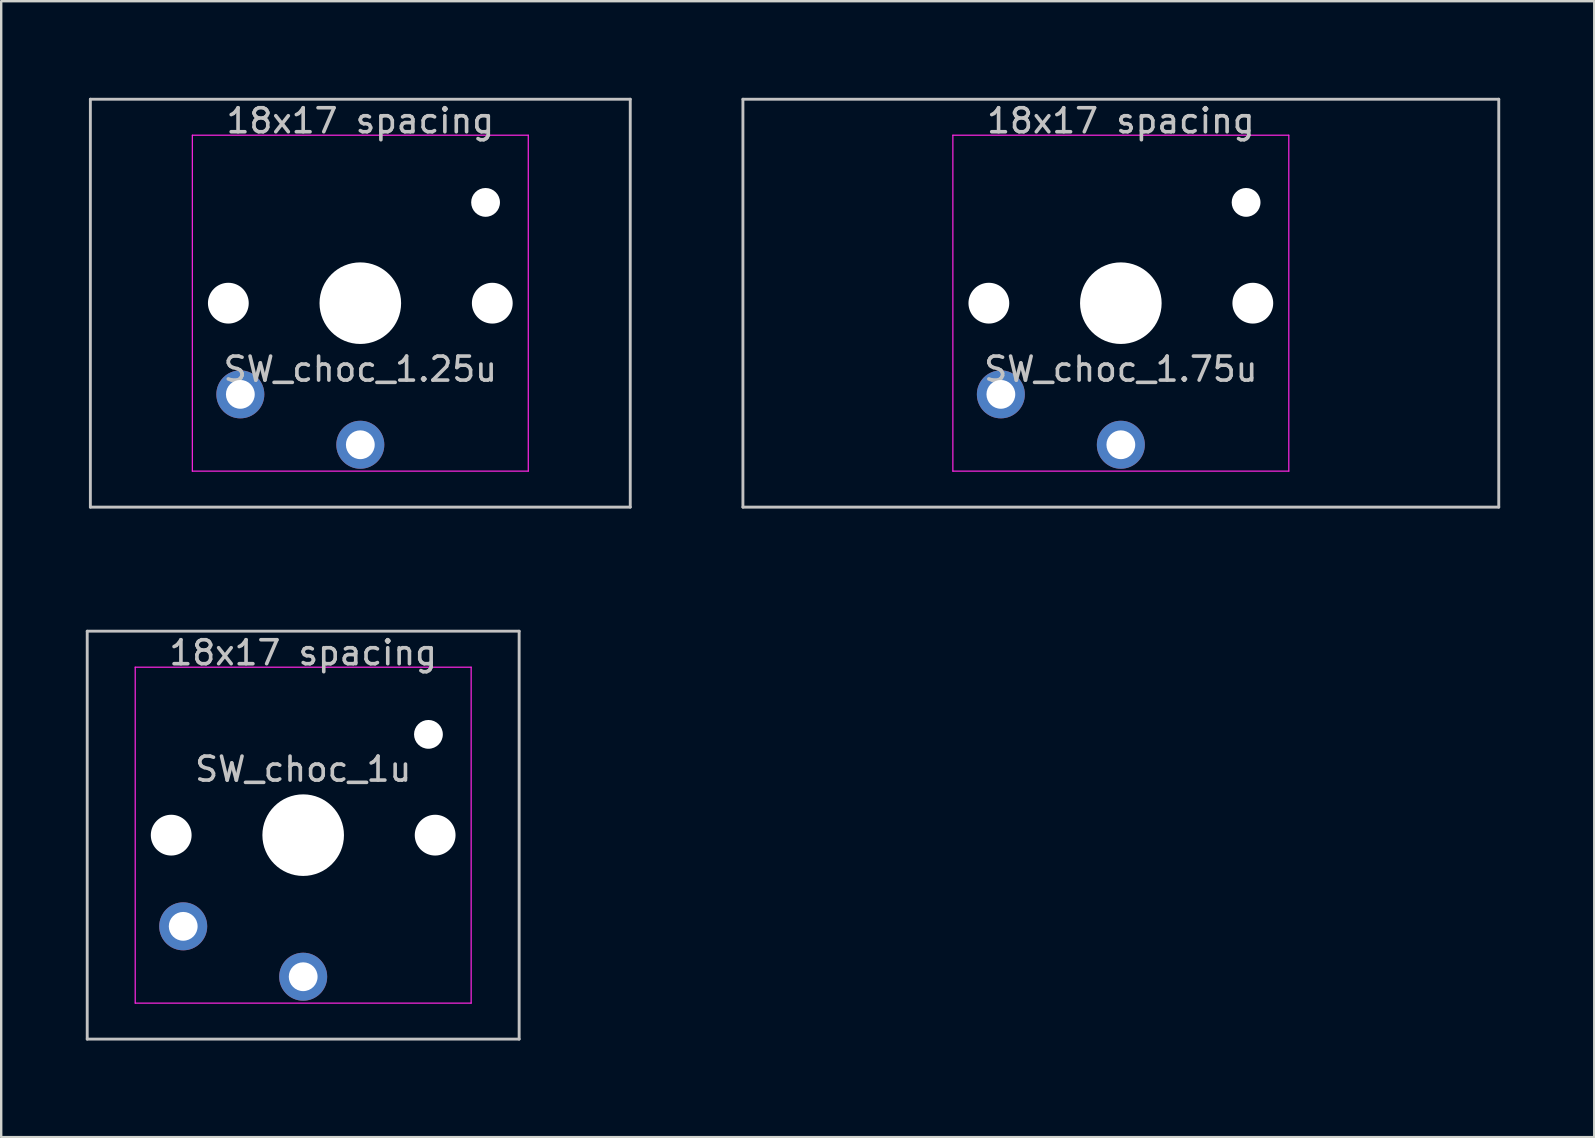
<source format=kicad_pcb>
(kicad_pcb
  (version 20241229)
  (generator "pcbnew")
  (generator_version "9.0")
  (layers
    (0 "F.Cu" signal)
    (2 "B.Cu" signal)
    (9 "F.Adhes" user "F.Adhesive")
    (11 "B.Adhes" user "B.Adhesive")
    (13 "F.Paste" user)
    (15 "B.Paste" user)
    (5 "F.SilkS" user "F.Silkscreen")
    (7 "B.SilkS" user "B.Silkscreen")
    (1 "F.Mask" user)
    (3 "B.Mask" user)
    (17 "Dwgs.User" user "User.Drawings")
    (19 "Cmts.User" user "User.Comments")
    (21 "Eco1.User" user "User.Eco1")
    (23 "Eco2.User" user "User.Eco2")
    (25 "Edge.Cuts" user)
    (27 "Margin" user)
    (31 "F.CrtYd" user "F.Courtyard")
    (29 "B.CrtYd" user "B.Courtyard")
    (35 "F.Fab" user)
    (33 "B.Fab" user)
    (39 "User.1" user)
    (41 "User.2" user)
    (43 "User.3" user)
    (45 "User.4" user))
  (footprint "SW_choc_1.75u"
    (layer "F.Cu")
    (at 43.661 9.585)
    (property "Reference" "SW_choc_1.75u" (at 0 2.75 0) (layer "Dwgs.User") (effects (font (size 1 1) (thickness 0.15))))
    (attr through_hole exclude_from_pos_files exclude_from_bom)
    (fp_line (start -15.75 -8.5) (end 15.75 -8.5) (stroke (width 0.12) (type solid)) (layer "Dwgs.User"))
    (fp_line (start -15.75 8.5) (end -15.75 -8.5) (stroke (width 0.12) (type solid)) (layer "Dwgs.User"))
    (fp_line (start 15.75 -8.5) (end 15.75 8.5) (stroke (width 0.12) (type solid)) (layer "Dwgs.User"))
    (fp_line (start 15.75 8.5) (end -15.75 8.5) (stroke (width 0.12) (type solid)) (layer "Dwgs.User"))
    (fp_line (start -16.669 -9.525) (end -16.669 9.525) (stroke (width 0.12) (type solid)) (layer "Eco1.User"))
    (fp_line (start -16.669 9.525) (end 16.669 9.525) (stroke (width 0.12) (type solid)) (layer "Eco1.User"))
    (fp_line (start 16.669 -9.525) (end -16.669 -9.525) (stroke (width 0.12) (type solid)) (layer "Eco1.User"))
    (fp_line (start 16.669 9.525) (end 16.669 -9.525) (stroke (width 0.12) (type solid)) (layer "Eco1.User"))
    (fp_line (start -6.95 6.45) (end -6.95 -6.45) (stroke (width 0.05) (type solid)) (layer "Eco2.User"))
    (fp_line (start -6.45 -6.95) (end 6.45 -6.95) (stroke (width 0.05) (type solid)) (layer "Eco2.User"))
    (fp_line (start 6.45 6.95) (end -6.45 6.95) (stroke (width 0.05) (type solid)) (layer "Eco2.User"))
    (fp_line (start 6.95 -6.45) (end 6.95 6.45) (stroke (width 0.05) (type solid)) (layer "Eco2.User"))
    (fp_arc (start -6.95 -6.45) (mid -6.803553 -6.803553) (end -6.45 -6.95) (stroke (width 0.05) (type solid)) (layer "Eco2.User"))
    (fp_arc (start -6.45 6.95) (mid -6.803553 6.803553) (end -6.95 6.45) (stroke (width 0.05) (type solid)) (layer "Eco2.User"))
    (fp_arc (start 6.45 -6.95) (mid 6.803553 -6.803553) (end 6.95 -6.45) (stroke (width 0.05) (type solid)) (layer "Eco2.User"))
    (fp_arc (start 6.95 6.45) (mid 6.803553 6.803553) (end 6.45 6.95) (stroke (width 0.05) (type solid)) (layer "Eco2.User"))
    (fp_line (start -7 -7) (end 7 -7) (stroke (width 0.05) (type solid)) (layer "F.CrtYd"))
    (fp_line (start -7 7) (end -7 -7) (stroke (width 0.05) (type solid)) (layer "F.CrtYd"))
    (fp_line (start 7 -7) (end 7 7) (stroke (width 0.05) (type solid)) (layer "F.CrtYd"))
    (fp_line (start 7 7) (end -7 7) (stroke (width 0.05) (type solid)) (layer "F.CrtYd"))
    (fp_text user "18x17 spacing" (at 0 -7.6 0) (layer "Dwgs.User") (effects (font (size 1 1) (thickness 0.15))))
    (fp_text user "19.05 spacing" (at 0 -8.7 0) (layer "Eco1.User") (effects (font (size 1 1) (thickness 0.15))))
    (pad "" np_thru_hole circle (at -5.5 0 180) (size 1.7 1.7) (drill 1.7) (layers "*.Cu" "*.Mask"))
    (pad "" np_thru_hole circle (at 0 0 180) (size 3.4 3.4) (drill 3.4) (layers "*.Cu" "*.Mask"))
    (pad "" np_thru_hole circle (at 5.22 -4.2 180) (size 1.2 1.2) (drill 1.2) (layers "*.Cu" "*.Mask"))
    (pad "" np_thru_hole circle (at 5.5 0 180) (size 1.7 1.7) (drill 1.7) (layers "*.Cu" "*.Mask"))
    (pad "1" thru_hole circle (at -5 3.8 180) (size 2 2) (drill 1.2) (layers "*.Cu" "B.Mask"))
    (pad "2" thru_hole circle (at 0 5.9 180) (size 2 2) (drill 1.2) (layers "*.Cu" "B.Mask")))
  (footprint "SW_choc_1u"
    (layer "F.Cu")
    (at 9.585 31.755)
    (property "Reference" "SW_choc_1u" (at 0 -2.75 180) (layer "Dwgs.User") (effects (font (size 1 1) (thickness 0.15))))
    (attr through_hole exclude_from_pos_files exclude_from_bom)
    (fp_line (start -9 -8.5) (end 9 -8.5) (stroke (width 0.12) (type solid)) (layer "Dwgs.User"))
    (fp_line (start -9 8.5) (end -9 -8.5) (stroke (width 0.12) (type solid)) (layer "Dwgs.User"))
    (fp_line (start 9 -8.5) (end 9 8.5) (stroke (width 0.12) (type solid)) (layer "Dwgs.User"))
    (fp_line (start 9 8.5) (end -9 8.5) (stroke (width 0.12) (type solid)) (layer "Dwgs.User"))
    (fp_line (start -9.525 -9.525) (end -9.525 9.525) (stroke (width 0.12) (type solid)) (layer "Eco1.User"))
    (fp_line (start -9.525 9.525) (end 9.525 9.525) (stroke (width 0.12) (type solid)) (layer "Eco1.User"))
    (fp_line (start 9.525 -9.525) (end -9.525 -9.525) (stroke (width 0.12) (type solid)) (layer "Eco1.User"))
    (fp_line (start 9.525 9.525) (end 9.525 -9.525) (stroke (width 0.12) (type solid)) (layer "Eco1.User"))
    (fp_line (start -6.95 6.45) (end -6.95 -6.45) (stroke (width 0.05) (type solid)) (layer "Eco2.User"))
    (fp_line (start -6.45 -6.95) (end 6.45 -6.95) (stroke (width 0.05) (type solid)) (layer "Eco2.User"))
    (fp_line (start 6.45 6.95) (end -6.45 6.95) (stroke (width 0.05) (type solid)) (layer "Eco2.User"))
    (fp_line (start 6.95 -6.45) (end 6.95 6.45) (stroke (width 0.05) (type solid)) (layer "Eco2.User"))
    (fp_arc (start -6.95 -6.45) (mid -6.803553 -6.803553) (end -6.45 -6.95) (stroke (width 0.05) (type solid)) (layer "Eco2.User"))
    (fp_arc (start -6.45 6.95) (mid -6.803553 6.803553) (end -6.95 6.45) (stroke (width 0.05) (type solid)) (layer "Eco2.User"))
    (fp_arc (start 6.45 -6.95) (mid 6.803553 -6.803553) (end 6.95 -6.45) (stroke (width 0.05) (type solid)) (layer "Eco2.User"))
    (fp_arc (start 6.95 6.45) (mid 6.803553 6.803553) (end 6.45 6.95) (stroke (width 0.05) (type solid)) (layer "Eco2.User"))
    (fp_line (start -7 -7) (end 7 -7) (stroke (width 0.05) (type solid)) (layer "F.CrtYd"))
    (fp_line (start -7 7) (end -7 -7) (stroke (width 0.05) (type solid)) (layer "F.CrtYd"))
    (fp_line (start 7 -7) (end 7 7) (stroke (width 0.05) (type solid)) (layer "F.CrtYd"))
    (fp_line (start 7 7) (end -7 7) (stroke (width 0.05) (type solid)) (layer "F.CrtYd"))
    (fp_text user "18x17 spacing" (at 0 -7.6 180) (layer "Dwgs.User") (effects (font (size 1 1) (thickness 0.15))))
    (fp_text user "19.05 spacing" (at 0 -8.7 180) (layer "Eco1.User") (effects (font (size 1 1) (thickness 0.15))))
    (pad "" np_thru_hole circle (at -5.5 0 180) (size 1.7 1.7) (drill 1.7) (layers "*.Cu" "*.Mask"))
    (pad "" np_thru_hole circle (at 0 0 180) (size 3.4 3.4) (drill 3.4) (layers "*.Cu" "*.Mask"))
    (pad "" np_thru_hole circle (at 5.22 -4.2 180) (size 1.2 1.2) (drill 1.2) (layers "*.Cu" "*.Mask"))
    (pad "" np_thru_hole circle (at 5.5 0 180) (size 1.7 1.7) (drill 1.7) (layers "*.Cu" "*.Mask"))
    (pad "1" thru_hole circle (at -5 3.8 180) (size 2 2) (drill 1.2) (layers "*.Cu" "B.Mask"))
    (pad "2" thru_hole circle (at 0 5.9 180) (size 2 2) (drill 1.2) (layers "*.Cu" "B.Mask")))
  (footprint "SW_choc_1.25u"
    (layer "F.Cu")
    (at 11.966 9.585)
    (property "Reference" "SW_choc_1.25u" (at 0 2.75 0) (layer "Dwgs.User") (effects (font (size 1 1) (thickness 0.15))))
    (attr through_hole exclude_from_pos_files exclude_from_bom)
    (fp_line (start -11.25 -8.5) (end 11.25 -8.5) (stroke (width 0.12) (type solid)) (layer "Dwgs.User"))
    (fp_line (start -11.25 8.5) (end -11.25 -8.5) (stroke (width 0.12) (type solid)) (layer "Dwgs.User"))
    (fp_line (start 11.25 -8.5) (end 11.25 8.5) (stroke (width 0.12) (type solid)) (layer "Dwgs.User"))
    (fp_line (start 11.25 8.5) (end -11.25 8.5) (stroke (width 0.12) (type solid)) (layer "Dwgs.User"))
    (fp_line (start -11.906 -9.525) (end -11.906 9.525) (stroke (width 0.12) (type solid)) (layer "Eco1.User"))
    (fp_line (start -11.906 9.525) (end 11.906 9.525) (stroke (width 0.12) (type solid)) (layer "Eco1.User"))
    (fp_line (start 11.906 -9.525) (end -11.906 -9.525) (stroke (width 0.12) (type solid)) (layer "Eco1.User"))
    (fp_line (start 11.906 9.525) (end 11.906 -9.525) (stroke (width 0.12) (type solid)) (layer "Eco1.User"))
    (fp_line (start -6.95 6.45) (end -6.95 -6.45) (stroke (width 0.05) (type solid)) (layer "Eco2.User"))
    (fp_line (start -6.45 -6.95) (end 6.45 -6.95) (stroke (width 0.05) (type solid)) (layer "Eco2.User"))
    (fp_line (start 6.45 6.95) (end -6.45 6.95) (stroke (width 0.05) (type solid)) (layer "Eco2.User"))
    (fp_line (start 6.95 -6.45) (end 6.95 6.45) (stroke (width 0.05) (type solid)) (layer "Eco2.User"))
    (fp_arc (start -6.95 -6.45) (mid -6.803553 -6.803553) (end -6.45 -6.95) (stroke (width 0.05) (type solid)) (layer "Eco2.User"))
    (fp_arc (start -6.45 6.95) (mid -6.803553 6.803553) (end -6.95 6.45) (stroke (width 0.05) (type solid)) (layer "Eco2.User"))
    (fp_arc (start 6.45 -6.95) (mid 6.803553 -6.803553) (end 6.95 -6.45) (stroke (width 0.05) (type solid)) (layer "Eco2.User"))
    (fp_arc (start 6.95 6.45) (mid 6.803553 6.803553) (end 6.45 6.95) (stroke (width 0.05) (type solid)) (layer "Eco2.User"))
    (fp_line (start -7 -7) (end 7 -7) (stroke (width 0.05) (type solid)) (layer "F.CrtYd"))
    (fp_line (start -7 7) (end -7 -7) (stroke (width 0.05) (type solid)) (layer "F.CrtYd"))
    (fp_line (start 7 -7) (end 7 7) (stroke (width 0.05) (type solid)) (layer "F.CrtYd"))
    (fp_line (start 7 7) (end -7 7) (stroke (width 0.05) (type solid)) (layer "F.CrtYd"))
    (fp_text user "18x17 spacing" (at 0 -7.6 0) (layer "Dwgs.User") (effects (font (size 1 1) (thickness 0.15))))
    (fp_text user "19.05 spacing" (at 0 -8.7 0) (layer "Eco1.User") (effects (font (size 1 1) (thickness 0.15))))
    (pad "" np_thru_hole circle (at -5.5 0 180) (size 1.7 1.7) (drill 1.7) (layers "*.Cu" "*.Mask"))
    (pad "" np_thru_hole circle (at 0 0 180) (size 3.4 3.4) (drill 3.4) (layers "*.Cu" "*.Mask"))
    (pad "" np_thru_hole circle (at 5.22 -4.2 180) (size 1.2 1.2) (drill 1.2) (layers "*.Cu" "*.Mask"))
    (pad "" np_thru_hole circle (at 5.5 0 180) (size 1.7 1.7) (drill 1.7) (layers "*.Cu" "*.Mask"))
    (pad "1" thru_hole circle (at -5 3.8 180) (size 2 2) (drill 1.2) (layers "*.Cu" "B.Mask"))
    (pad "2" thru_hole circle (at 0 5.9 180) (size 2 2) (drill 1.2) (layers "*.Cu" "B.Mask")))
  (gr_rect
    (start -3 -3)
    (end 63.39 44.34)
    (stroke (width 0.1) (type default))
    (fill no)
    (layer "Edge.Cuts")))
</source>
